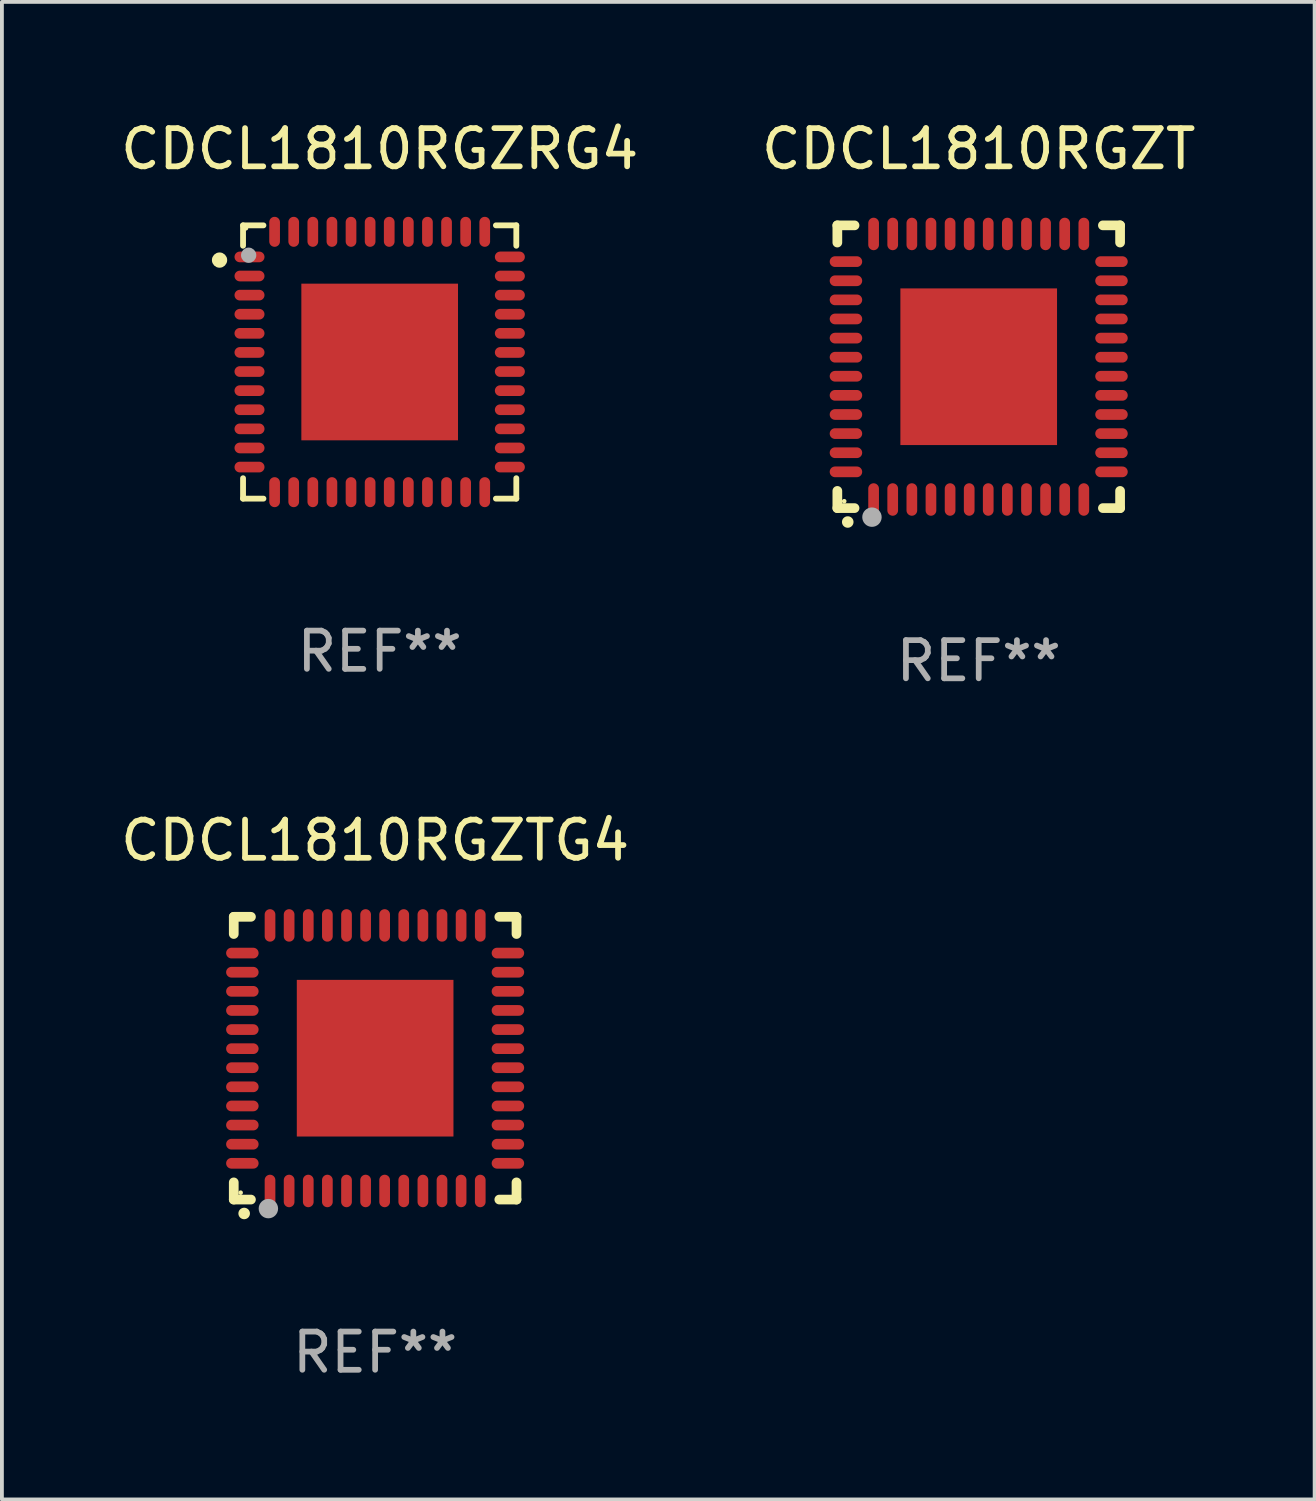
<source format=kicad_pcb>
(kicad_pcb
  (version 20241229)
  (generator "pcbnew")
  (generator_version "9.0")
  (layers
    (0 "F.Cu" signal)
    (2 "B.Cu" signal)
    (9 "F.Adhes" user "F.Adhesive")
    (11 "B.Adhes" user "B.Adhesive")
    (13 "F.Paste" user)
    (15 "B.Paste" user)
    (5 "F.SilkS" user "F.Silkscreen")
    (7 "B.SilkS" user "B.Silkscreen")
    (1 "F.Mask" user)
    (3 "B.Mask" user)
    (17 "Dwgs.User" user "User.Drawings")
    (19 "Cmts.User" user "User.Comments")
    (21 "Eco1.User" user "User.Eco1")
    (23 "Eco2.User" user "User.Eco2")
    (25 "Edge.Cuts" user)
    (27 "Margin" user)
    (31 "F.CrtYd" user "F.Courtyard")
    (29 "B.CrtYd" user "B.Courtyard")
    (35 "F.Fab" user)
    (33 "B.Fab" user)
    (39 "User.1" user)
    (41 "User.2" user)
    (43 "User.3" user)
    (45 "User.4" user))
  (footprint "CDCL1810RGZTG4"
    (layer "F.Cu")
    (at 6.768 24.645)
    (property "Reference" "CDCL1810RGZTG4" (at 0 -5.7 0) (layer "F.SilkS") (effects (font (size 1 1) (thickness 0.15))))
    (attr through_hole)
    (fp_line (start -3.7 -3.7) (end -3.25 -3.7) (stroke (width 0.254) (type solid)) (layer "F.SilkS"))
    (fp_line (start -3.7 -3.25) (end -3.7 -3.7) (stroke (width 0.254) (type solid)) (layer "F.SilkS"))
    (fp_line (start -3.7 3.7) (end -3.7 3.25) (stroke (width 0.254) (type solid)) (layer "F.SilkS"))
    (fp_line (start -3.25 3.7) (end -3.7 3.7) (stroke (width 0.254) (type solid)) (layer "F.SilkS"))
    (fp_line (start 3.25 3.7) (end 3.7 3.7) (stroke (width 0.254) (type solid)) (layer "F.SilkS"))
    (fp_line (start 3.7 -3.7) (end 3.25 -3.7) (stroke (width 0.254) (type solid)) (layer "F.SilkS"))
    (fp_line (start 3.7 -3.25) (end 3.7 -3.7) (stroke (width 0.254) (type solid)) (layer "F.SilkS"))
    (fp_line (start 3.7 3.7) (end 3.7 3.25) (stroke (width 0.254) (type solid)) (layer "F.SilkS"))
    (fp_arc (start -3.429108 4.06411) (mid -3.427838 4.064105) (end -3.426568 4.06411) (stroke (width 0.3) (type solid)) (layer "F.SilkS"))
    (fp_circle (center -3.52 3.52) (end -3.49 3.52) (stroke (width 0.06) (type solid)) (fill no) (layer "F.SilkS"))
    (fp_circle (center -2.794 3.937) (end -2.667 3.937) (stroke (width 0.254) (type solid)) (fill no) (layer "F.Fab"))
    (fp_text user "REF**" (at 0 7.7 0) (layer "F.Fab") (effects (font (size 1 1) (thickness 0.15))))
    (pad "1" smd oval (at -2.751 3.475) (size 0.28 0.85) (layers "F.Cu" "F.Mask" "F.Paste"))
    (pad "2" smd oval (at -2.251 3.475) (size 0.28 0.85) (layers "F.Cu" "F.Mask" "F.Paste"))
    (pad "3" smd oval (at -1.75 3.475) (size 0.28 0.85) (layers "F.Cu" "F.Mask" "F.Paste"))
    (pad "4" smd oval (at -1.25 3.475) (size 0.28 0.85) (layers "F.Cu" "F.Mask" "F.Paste"))
    (pad "5" smd oval (at -0.749 3.475) (size 0.28 0.85) (layers "F.Cu" "F.Mask" "F.Paste"))
    (pad "6" smd oval (at -0.249 3.475) (size 0.28 0.85) (layers "F.Cu" "F.Mask" "F.Paste"))
    (pad "7" smd oval (at 0.249 3.475) (size 0.28 0.85) (layers "F.Cu" "F.Mask" "F.Paste"))
    (pad "8" smd oval (at 0.749 3.475) (size 0.28 0.85) (layers "F.Cu" "F.Mask" "F.Paste"))
    (pad "9" smd oval (at 1.25 3.475) (size 0.28 0.85) (layers "F.Cu" "F.Mask" "F.Paste"))
    (pad "10" smd oval (at 1.75 3.475) (size 0.28 0.85) (layers "F.Cu" "F.Mask" "F.Paste"))
    (pad "11" smd oval (at 2.25 3.475) (size 0.28 0.85) (layers "F.Cu" "F.Mask" "F.Paste"))
    (pad "12" smd oval (at 2.751 3.475) (size 0.28 0.85) (layers "F.Cu" "F.Mask" "F.Paste"))
    (pad "13" smd oval (at 3.475 2.751) (size 0.85 0.28) (layers "F.Cu" "F.Mask" "F.Paste"))
    (pad "14" smd oval (at 3.475 2.251) (size 0.85 0.28) (layers "F.Cu" "F.Mask" "F.Paste"))
    (pad "15" smd oval (at 3.475 1.75) (size 0.85 0.28) (layers "F.Cu" "F.Mask" "F.Paste"))
    (pad "16" smd oval (at 3.475 1.25) (size 0.85 0.28) (layers "F.Cu" "F.Mask" "F.Paste"))
    (pad "17" smd oval (at 3.475 0.749) (size 0.85 0.28) (layers "F.Cu" "F.Mask" "F.Paste"))
    (pad "18" smd oval (at 3.475 0.249) (size 0.85 0.28) (layers "F.Cu" "F.Mask" "F.Paste"))
    (pad "19" smd oval (at 3.475 -0.249) (size 0.85 0.28) (layers "F.Cu" "F.Mask" "F.Paste"))
    (pad "20" smd oval (at 3.475 -0.749) (size 0.85 0.28) (layers "F.Cu" "F.Mask" "F.Paste"))
    (pad "21" smd oval (at 3.475 -1.25) (size 0.85 0.28) (layers "F.Cu" "F.Mask" "F.Paste"))
    (pad "22" smd oval (at 3.475 -1.75) (size 0.85 0.28) (layers "F.Cu" "F.Mask" "F.Paste"))
    (pad "23" smd oval (at 3.475 -2.25) (size 0.85 0.28) (layers "F.Cu" "F.Mask" "F.Paste"))
    (pad "24" smd oval (at 3.475 -2.751) (size 0.85 0.28) (layers "F.Cu" "F.Mask" "F.Paste"))
    (pad "25" smd oval (at 2.751 -3.475) (size 0.28 0.85) (layers "F.Cu" "F.Mask" "F.Paste"))
    (pad "26" smd oval (at 2.25 -3.475) (size 0.28 0.85) (layers "F.Cu" "F.Mask" "F.Paste"))
    (pad "27" smd oval (at 1.75 -3.475) (size 0.28 0.85) (layers "F.Cu" "F.Mask" "F.Paste"))
    (pad "28" smd oval (at 1.25 -3.475) (size 0.28 0.85) (layers "F.Cu" "F.Mask" "F.Paste"))
    (pad "29" smd oval (at 0.749 -3.475) (size 0.28 0.85) (layers "F.Cu" "F.Mask" "F.Paste"))
    (pad "30" smd oval (at 0.249 -3.475) (size 0.28 0.85) (layers "F.Cu" "F.Mask" "F.Paste"))
    (pad "31" smd oval (at -0.249 -3.475) (size 0.28 0.85) (layers "F.Cu" "F.Mask" "F.Paste"))
    (pad "32" smd oval (at -0.749 -3.475) (size 0.28 0.85) (layers "F.Cu" "F.Mask" "F.Paste"))
    (pad "33" smd oval (at -1.25 -3.475) (size 0.28 0.85) (layers "F.Cu" "F.Mask" "F.Paste"))
    (pad "34" smd oval (at -1.75 -3.475) (size 0.28 0.85) (layers "F.Cu" "F.Mask" "F.Paste"))
    (pad "35" smd oval (at -2.251 -3.475) (size 0.28 0.85) (layers "F.Cu" "F.Mask" "F.Paste"))
    (pad "36" smd oval (at -2.751 -3.475) (size 0.28 0.85) (layers "F.Cu" "F.Mask" "F.Paste"))
    (pad "37" smd oval (at -3.475 -2.751) (size 0.85 0.28) (layers "F.Cu" "F.Mask" "F.Paste"))
    (pad "38" smd oval (at -3.475 -2.25) (size 0.85 0.28) (layers "F.Cu" "F.Mask" "F.Paste"))
    (pad "39" smd oval (at -3.475 -1.75) (size 0.85 0.28) (layers "F.Cu" "F.Mask" "F.Paste"))
    (pad "40" smd oval (at -3.475 -1.25) (size 0.85 0.28) (layers "F.Cu" "F.Mask" "F.Paste"))
    (pad "41" smd oval (at -3.475 -0.749) (size 0.85 0.28) (layers "F.Cu" "F.Mask" "F.Paste"))
    (pad "42" smd oval (at -3.475 -0.249) (size 0.85 0.28) (layers "F.Cu" "F.Mask" "F.Paste"))
    (pad "43" smd oval (at -3.475 0.249) (size 0.85 0.28) (layers "F.Cu" "F.Mask" "F.Paste"))
    (pad "44" smd oval (at -3.475 0.749) (size 0.85 0.28) (layers "F.Cu" "F.Mask" "F.Paste"))
    (pad "45" smd oval (at -3.475 1.25) (size 0.85 0.28) (layers "F.Cu" "F.Mask" "F.Paste"))
    (pad "46" smd oval (at -3.475 1.75) (size 0.85 0.28) (layers "F.Cu" "F.Mask" "F.Paste"))
    (pad "47" smd oval (at -3.475 2.251) (size 0.85 0.28) (layers "F.Cu" "F.Mask" "F.Paste"))
    (pad "48" smd oval (at -3.475 2.751) (size 0.85 0.28) (layers "F.Cu" "F.Mask" "F.Paste"))
    (pad "49" smd rect (at -0.000102 0.000102) (size 4.1 4.1) (layers "F.Cu" "F.Mask" "F.Paste")))
  (footprint "CDCL1810RGZRG4"
    (layer "F.Cu")
    (at 6.887 6.424)
    (property "Reference" "CDCL1810RGZRG4" (at 0 -5.576 0) (layer "F.SilkS") (effects (font (size 1 1) (thickness 0.15))))
    (attr through_hole)
    (fp_line (start -3.576 -3.576) (end -3.042 -3.576) (stroke (width 0.152) (type solid)) (layer "F.SilkS"))
    (fp_line (start -3.576 -3.042) (end -3.576 -3.576) (stroke (width 0.152) (type solid)) (layer "F.SilkS"))
    (fp_line (start -3.576 3.042) (end -3.576 3.576) (stroke (width 0.152) (type solid)) (layer "F.SilkS"))
    (fp_line (start -3.576 3.576) (end -3.042 3.576) (stroke (width 0.152) (type solid)) (layer "F.SilkS"))
    (fp_line (start 3.576 -3.576) (end 3.042 -3.576) (stroke (width 0.152) (type solid)) (layer "F.SilkS"))
    (fp_line (start 3.576 -3.042) (end 3.576 -3.576) (stroke (width 0.152) (type solid)) (layer "F.SilkS"))
    (fp_line (start 3.576 3.042) (end 3.576 3.576) (stroke (width 0.152) (type solid)) (layer "F.SilkS"))
    (fp_line (start 3.576 3.576) (end 3.042 3.576) (stroke (width 0.152) (type solid)) (layer "F.SilkS"))
    (fp_circle (center -4.191 -2.667) (end -4.091 -2.667) (stroke (width 0.2) (type solid)) (fill no) (layer "F.SilkS"))
    (fp_circle (center -3.5 -3.5) (end -3.47 -3.5) (stroke (width 0.06) (type solid)) (fill no) (layer "F.SilkS"))
    (fp_circle (center -3.429 -2.794) (end -3.329 -2.794) (stroke (width 0.2) (type solid)) (fill no) (layer "F.Fab"))
    (fp_text user "REF**" (at 0 7.576 0) (layer "F.Fab") (effects (font (size 1 1) (thickness 0.15))))
    (pad "1" smd oval (at -3.407 -2.75) (size 0.785 0.28) (layers "F.Cu" "F.Mask" "F.Paste"))
    (pad "2" smd oval (at -3.407 -2.25) (size 0.785 0.28) (layers "F.Cu" "F.Mask" "F.Paste"))
    (pad "3" smd oval (at -3.407 -1.75) (size 0.785 0.28) (layers "F.Cu" "F.Mask" "F.Paste"))
    (pad "4" smd oval (at -3.407 -1.25) (size 0.785 0.28) (layers "F.Cu" "F.Mask" "F.Paste"))
    (pad "5" smd oval (at -3.407 -0.75) (size 0.785 0.28) (layers "F.Cu" "F.Mask" "F.Paste"))
    (pad "6" smd oval (at -3.407 -0.25) (size 0.785 0.28) (layers "F.Cu" "F.Mask" "F.Paste"))
    (pad "7" smd oval (at -3.407 0.25) (size 0.785 0.28) (layers "F.Cu" "F.Mask" "F.Paste"))
    (pad "8" smd oval (at -3.407 0.75) (size 0.785 0.28) (layers "F.Cu" "F.Mask" "F.Paste"))
    (pad "9" smd oval (at -3.407 1.25) (size 0.785 0.28) (layers "F.Cu" "F.Mask" "F.Paste"))
    (pad "10" smd oval (at -3.407 1.75) (size 0.785 0.28) (layers "F.Cu" "F.Mask" "F.Paste"))
    (pad "11" smd oval (at -3.407 2.25) (size 0.785 0.28) (layers "F.Cu" "F.Mask" "F.Paste"))
    (pad "12" smd oval (at -3.407 2.75) (size 0.785 0.28) (layers "F.Cu" "F.Mask" "F.Paste"))
    (pad "13" smd oval (at -2.75 3.407) (size 0.28 0.785) (layers "F.Cu" "F.Mask" "F.Paste"))
    (pad "14" smd oval (at -2.25 3.407) (size 0.28 0.785) (layers "F.Cu" "F.Mask" "F.Paste"))
    (pad "15" smd oval (at -1.75 3.407) (size 0.28 0.785) (layers "F.Cu" "F.Mask" "F.Paste"))
    (pad "16" smd oval (at -1.25 3.407) (size 0.28 0.785) (layers "F.Cu" "F.Mask" "F.Paste"))
    (pad "17" smd oval (at -0.75 3.407) (size 0.28 0.785) (layers "F.Cu" "F.Mask" "F.Paste"))
    (pad "18" smd oval (at -0.25 3.407) (size 0.28 0.785) (layers "F.Cu" "F.Mask" "F.Paste"))
    (pad "19" smd oval (at 0.25 3.407) (size 0.28 0.785) (layers "F.Cu" "F.Mask" "F.Paste"))
    (pad "20" smd oval (at 0.75 3.407) (size 0.28 0.785) (layers "F.Cu" "F.Mask" "F.Paste"))
    (pad "21" smd oval (at 1.25 3.407) (size 0.28 0.785) (layers "F.Cu" "F.Mask" "F.Paste"))
    (pad "22" smd oval (at 1.75 3.407) (size 0.28 0.785) (layers "F.Cu" "F.Mask" "F.Paste"))
    (pad "23" smd oval (at 2.25 3.407) (size 0.28 0.785) (layers "F.Cu" "F.Mask" "F.Paste"))
    (pad "24" smd oval (at 2.75 3.407) (size 0.28 0.785) (layers "F.Cu" "F.Mask" "F.Paste"))
    (pad "25" smd oval (at 3.407 2.75) (size 0.785 0.28) (layers "F.Cu" "F.Mask" "F.Paste"))
    (pad "26" smd oval (at 3.407 2.25) (size 0.785 0.28) (layers "F.Cu" "F.Mask" "F.Paste"))
    (pad "27" smd oval (at 3.407 1.75) (size 0.785 0.28) (layers "F.Cu" "F.Mask" "F.Paste"))
    (pad "28" smd oval (at 3.407 1.25) (size 0.785 0.28) (layers "F.Cu" "F.Mask" "F.Paste"))
    (pad "29" smd oval (at 3.407 0.75) (size 0.785 0.28) (layers "F.Cu" "F.Mask" "F.Paste"))
    (pad "30" smd oval (at 3.407 0.25) (size 0.785 0.28) (layers "F.Cu" "F.Mask" "F.Paste"))
    (pad "31" smd oval (at 3.407 -0.25) (size 0.785 0.28) (layers "F.Cu" "F.Mask" "F.Paste"))
    (pad "32" smd oval (at 3.407 -0.75) (size 0.785 0.28) (layers "F.Cu" "F.Mask" "F.Paste"))
    (pad "33" smd oval (at 3.407 -1.25) (size 0.785 0.28) (layers "F.Cu" "F.Mask" "F.Paste"))
    (pad "34" smd oval (at 3.407 -1.75) (size 0.785 0.28) (layers "F.Cu" "F.Mask" "F.Paste"))
    (pad "35" smd oval (at 3.407 -2.25) (size 0.785 0.28) (layers "F.Cu" "F.Mask" "F.Paste"))
    (pad "36" smd oval (at 3.407 -2.75) (size 0.785 0.28) (layers "F.Cu" "F.Mask" "F.Paste"))
    (pad "37" smd oval (at 2.75 -3.407) (size 0.28 0.785) (layers "F.Cu" "F.Mask" "F.Paste"))
    (pad "38" smd oval (at 2.25 -3.407) (size 0.28 0.785) (layers "F.Cu" "F.Mask" "F.Paste"))
    (pad "39" smd oval (at 1.75 -3.407) (size 0.28 0.785) (layers "F.Cu" "F.Mask" "F.Paste"))
    (pad "40" smd oval (at 1.25 -3.407) (size 0.28 0.785) (layers "F.Cu" "F.Mask" "F.Paste"))
    (pad "41" smd oval (at 0.75 -3.407) (size 0.28 0.785) (layers "F.Cu" "F.Mask" "F.Paste"))
    (pad "42" smd oval (at 0.25 -3.407) (size 0.28 0.785) (layers "F.Cu" "F.Mask" "F.Paste"))
    (pad "43" smd oval (at -0.25 -3.407) (size 0.28 0.785) (layers "F.Cu" "F.Mask" "F.Paste"))
    (pad "44" smd oval (at -0.75 -3.407) (size 0.28 0.785) (layers "F.Cu" "F.Mask" "F.Paste"))
    (pad "45" smd oval (at -1.25 -3.407) (size 0.28 0.785) (layers "F.Cu" "F.Mask" "F.Paste"))
    (pad "46" smd oval (at -1.75 -3.407) (size 0.28 0.785) (layers "F.Cu" "F.Mask" "F.Paste"))
    (pad "47" smd oval (at -2.25 -3.407) (size 0.28 0.785) (layers "F.Cu" "F.Mask" "F.Paste"))
    (pad "48" smd oval (at -2.75 -3.407) (size 0.28 0.785) (layers "F.Cu" "F.Mask" "F.Paste"))
    (pad "49" smd rect (at 0 0) (size 4.1 4.1) (layers "F.Cu" "F.Mask" "F.Paste")))
  (footprint "CDCL1810RGZT"
    (layer "F.Cu")
    (at 22.565 6.548)
    (property "Reference" "CDCL1810RGZT" (at 0 -5.7 0) (layer "F.SilkS") (effects (font (size 1 1) (thickness 0.15))))
    (attr through_hole)
    (fp_line (start -3.7 -3.7) (end -3.25 -3.7) (stroke (width 0.254) (type solid)) (layer "F.SilkS"))
    (fp_line (start -3.7 -3.25) (end -3.7 -3.7) (stroke (width 0.254) (type solid)) (layer "F.SilkS"))
    (fp_line (start -3.7 3.7) (end -3.7 3.25) (stroke (width 0.254) (type solid)) (layer "F.SilkS"))
    (fp_line (start -3.25 3.7) (end -3.7 3.7) (stroke (width 0.254) (type solid)) (layer "F.SilkS"))
    (fp_line (start 3.25 3.7) (end 3.7 3.7) (stroke (width 0.254) (type solid)) (layer "F.SilkS"))
    (fp_line (start 3.7 -3.7) (end 3.25 -3.7) (stroke (width 0.254) (type solid)) (layer "F.SilkS"))
    (fp_line (start 3.7 -3.25) (end 3.7 -3.7) (stroke (width 0.254) (type solid)) (layer "F.SilkS"))
    (fp_line (start 3.7 3.7) (end 3.7 3.25) (stroke (width 0.254) (type solid)) (layer "F.SilkS"))
    (fp_arc (start -3.429108 4.06411) (mid -3.427838 4.064105) (end -3.426568 4.06411) (stroke (width 0.3) (type solid)) (layer "F.SilkS"))
    (fp_circle (center -3.52 3.52) (end -3.49 3.52) (stroke (width 0.06) (type solid)) (fill no) (layer "F.SilkS"))
    (fp_circle (center -2.794 3.937) (end -2.667 3.937) (stroke (width 0.254) (type solid)) (fill no) (layer "F.Fab"))
    (fp_text user "REF**" (at 0 7.7 0) (layer "F.Fab") (effects (font (size 1 1) (thickness 0.15))))
    (pad "1" smd oval (at -2.751 3.475) (size 0.28 0.85) (layers "F.Cu" "F.Mask" "F.Paste"))
    (pad "2" smd oval (at -2.251 3.475) (size 0.28 0.85) (layers "F.Cu" "F.Mask" "F.Paste"))
    (pad "3" smd oval (at -1.75 3.475) (size 0.28 0.85) (layers "F.Cu" "F.Mask" "F.Paste"))
    (pad "4" smd oval (at -1.25 3.475) (size 0.28 0.85) (layers "F.Cu" "F.Mask" "F.Paste"))
    (pad "5" smd oval (at -0.749 3.475) (size 0.28 0.85) (layers "F.Cu" "F.Mask" "F.Paste"))
    (pad "6" smd oval (at -0.249 3.475) (size 0.28 0.85) (layers "F.Cu" "F.Mask" "F.Paste"))
    (pad "7" smd oval (at 0.249 3.475) (size 0.28 0.85) (layers "F.Cu" "F.Mask" "F.Paste"))
    (pad "8" smd oval (at 0.749 3.475) (size 0.28 0.85) (layers "F.Cu" "F.Mask" "F.Paste"))
    (pad "9" smd oval (at 1.25 3.475) (size 0.28 0.85) (layers "F.Cu" "F.Mask" "F.Paste"))
    (pad "10" smd oval (at 1.75 3.475) (size 0.28 0.85) (layers "F.Cu" "F.Mask" "F.Paste"))
    (pad "11" smd oval (at 2.25 3.475) (size 0.28 0.85) (layers "F.Cu" "F.Mask" "F.Paste"))
    (pad "12" smd oval (at 2.751 3.475) (size 0.28 0.85) (layers "F.Cu" "F.Mask" "F.Paste"))
    (pad "13" smd oval (at 3.475 2.751) (size 0.85 0.28) (layers "F.Cu" "F.Mask" "F.Paste"))
    (pad "14" smd oval (at 3.475 2.251) (size 0.85 0.28) (layers "F.Cu" "F.Mask" "F.Paste"))
    (pad "15" smd oval (at 3.475 1.75) (size 0.85 0.28) (layers "F.Cu" "F.Mask" "F.Paste"))
    (pad "16" smd oval (at 3.475 1.25) (size 0.85 0.28) (layers "F.Cu" "F.Mask" "F.Paste"))
    (pad "17" smd oval (at 3.475 0.749) (size 0.85 0.28) (layers "F.Cu" "F.Mask" "F.Paste"))
    (pad "18" smd oval (at 3.475 0.249) (size 0.85 0.28) (layers "F.Cu" "F.Mask" "F.Paste"))
    (pad "19" smd oval (at 3.475 -0.249) (size 0.85 0.28) (layers "F.Cu" "F.Mask" "F.Paste"))
    (pad "20" smd oval (at 3.475 -0.749) (size 0.85 0.28) (layers "F.Cu" "F.Mask" "F.Paste"))
    (pad "21" smd oval (at 3.475 -1.25) (size 0.85 0.28) (layers "F.Cu" "F.Mask" "F.Paste"))
    (pad "22" smd oval (at 3.475 -1.75) (size 0.85 0.28) (layers "F.Cu" "F.Mask" "F.Paste"))
    (pad "23" smd oval (at 3.475 -2.25) (size 0.85 0.28) (layers "F.Cu" "F.Mask" "F.Paste"))
    (pad "24" smd oval (at 3.475 -2.751) (size 0.85 0.28) (layers "F.Cu" "F.Mask" "F.Paste"))
    (pad "25" smd oval (at 2.751 -3.475) (size 0.28 0.85) (layers "F.Cu" "F.Mask" "F.Paste"))
    (pad "26" smd oval (at 2.25 -3.475) (size 0.28 0.85) (layers "F.Cu" "F.Mask" "F.Paste"))
    (pad "27" smd oval (at 1.75 -3.475) (size 0.28 0.85) (layers "F.Cu" "F.Mask" "F.Paste"))
    (pad "28" smd oval (at 1.25 -3.475) (size 0.28 0.85) (layers "F.Cu" "F.Mask" "F.Paste"))
    (pad "29" smd oval (at 0.749 -3.475) (size 0.28 0.85) (layers "F.Cu" "F.Mask" "F.Paste"))
    (pad "30" smd oval (at 0.249 -3.475) (size 0.28 0.85) (layers "F.Cu" "F.Mask" "F.Paste"))
    (pad "31" smd oval (at -0.249 -3.475) (size 0.28 0.85) (layers "F.Cu" "F.Mask" "F.Paste"))
    (pad "32" smd oval (at -0.749 -3.475) (size 0.28 0.85) (layers "F.Cu" "F.Mask" "F.Paste"))
    (pad "33" smd oval (at -1.25 -3.475) (size 0.28 0.85) (layers "F.Cu" "F.Mask" "F.Paste"))
    (pad "34" smd oval (at -1.75 -3.475) (size 0.28 0.85) (layers "F.Cu" "F.Mask" "F.Paste"))
    (pad "35" smd oval (at -2.251 -3.475) (size 0.28 0.85) (layers "F.Cu" "F.Mask" "F.Paste"))
    (pad "36" smd oval (at -2.751 -3.475) (size 0.28 0.85) (layers "F.Cu" "F.Mask" "F.Paste"))
    (pad "37" smd oval (at -3.475 -2.751) (size 0.85 0.28) (layers "F.Cu" "F.Mask" "F.Paste"))
    (pad "38" smd oval (at -3.475 -2.25) (size 0.85 0.28) (layers "F.Cu" "F.Mask" "F.Paste"))
    (pad "39" smd oval (at -3.475 -1.75) (size 0.85 0.28) (layers "F.Cu" "F.Mask" "F.Paste"))
    (pad "40" smd oval (at -3.475 -1.25) (size 0.85 0.28) (layers "F.Cu" "F.Mask" "F.Paste"))
    (pad "41" smd oval (at -3.475 -0.749) (size 0.85 0.28) (layers "F.Cu" "F.Mask" "F.Paste"))
    (pad "42" smd oval (at -3.475 -0.249) (size 0.85 0.28) (layers "F.Cu" "F.Mask" "F.Paste"))
    (pad "43" smd oval (at -3.475 0.249) (size 0.85 0.28) (layers "F.Cu" "F.Mask" "F.Paste"))
    (pad "44" smd oval (at -3.475 0.749) (size 0.85 0.28) (layers "F.Cu" "F.Mask" "F.Paste"))
    (pad "45" smd oval (at -3.475 1.25) (size 0.85 0.28) (layers "F.Cu" "F.Mask" "F.Paste"))
    (pad "46" smd oval (at -3.475 1.75) (size 0.85 0.28) (layers "F.Cu" "F.Mask" "F.Paste"))
    (pad "47" smd oval (at -3.475 2.251) (size 0.85 0.28) (layers "F.Cu" "F.Mask" "F.Paste"))
    (pad "48" smd oval (at -3.475 2.751) (size 0.85 0.28) (layers "F.Cu" "F.Mask" "F.Paste"))
    (pad "49" smd rect (at -0.000102 0.000102) (size 4.1 4.1) (layers "F.Cu" "F.Mask" "F.Paste")))
  (gr_rect
    (start -3 -3)
    (end 31.357 36.193)
    (stroke (width 0.1) (type default))
    (fill no)
    (layer "Edge.Cuts")))
</source>
